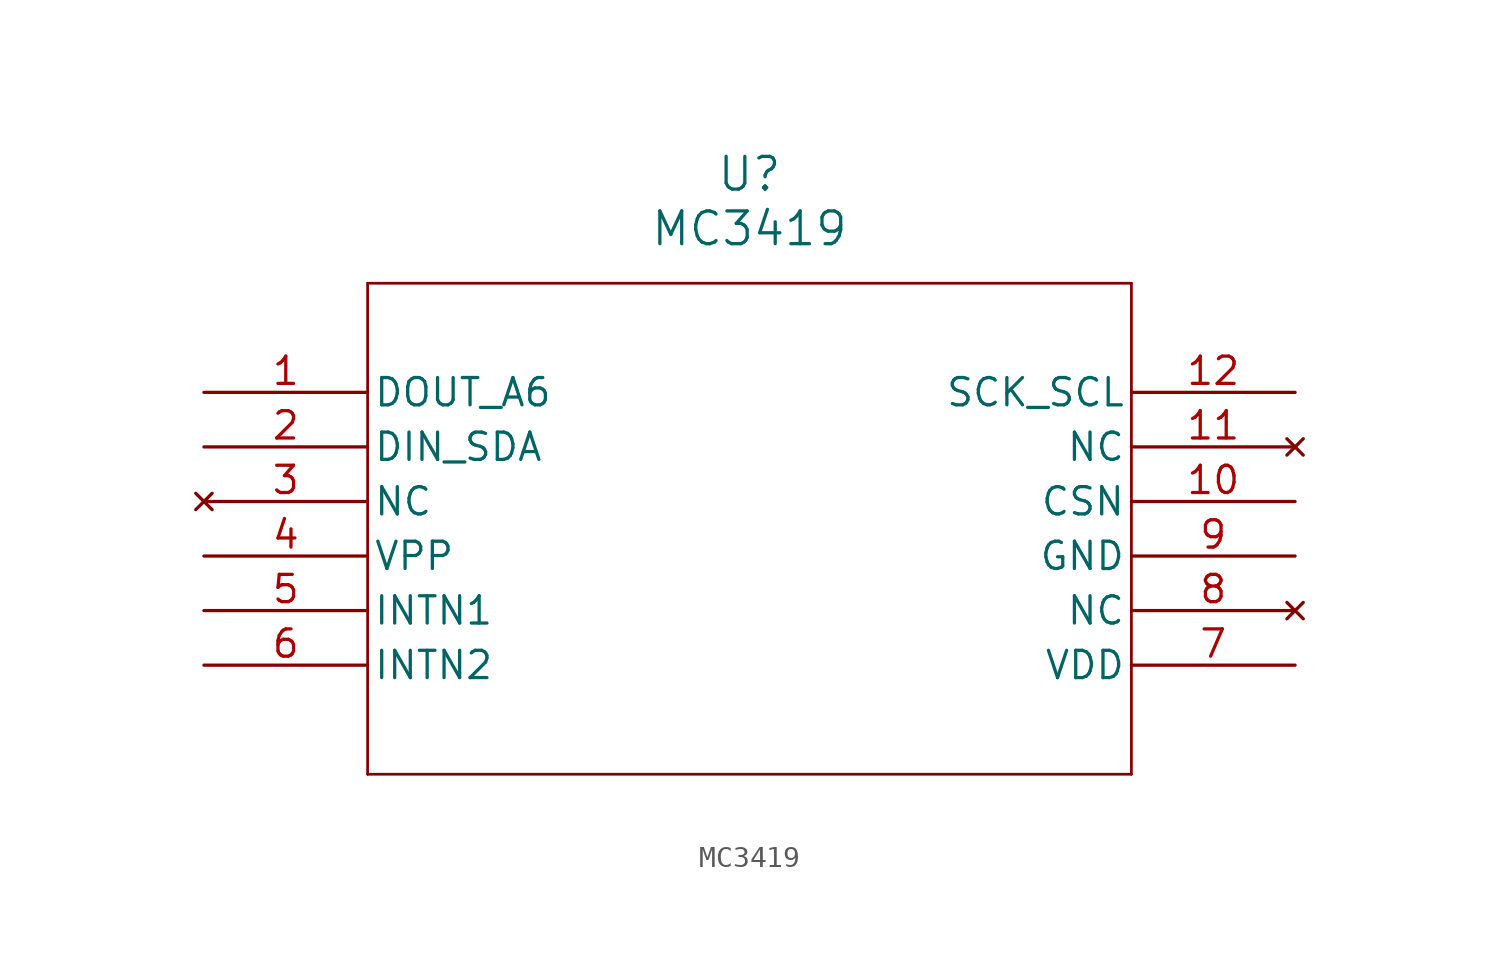
<source format=kicad_sym>
(kicad_symbol_lib
  (version 20211014)
  (generator kicad_symbol_editor)
  (symbol "MC3419"
    (pin_names
      (offset 0.254))
    (property "Reference" "U"
      (at 25.4 10.16 0)
      (effects (font (size 1.524 1.524))))
    (property "Value" "MC3419"
      (at 25.4 7.62 0)
      (effects (font (size 1.524 1.524))))
    (symbol "MC3419_0_1"
      (polyline (pts (xy 7.62 5.08) (xy 7.62 -17.78)) (stroke (width 0.127) (type default) (color 0 0 0 0)) (fill (type none)))
      (polyline (pts (xy 7.62 -17.78) (xy 43.18 -17.78)) (stroke (width 0.127) (type default) (color 0 0 0 0)) (fill (type none)))
      (polyline (pts (xy 43.18 -17.78) (xy 43.18 5.08)) (stroke (width 0.127) (type default) (color 0 0 0 0)) (fill (type none)))
      (polyline (pts (xy 43.18 5.08) (xy 7.62 5.08)) (stroke (width 0.127) (type default) (color 0 0 0 0)) (fill (type none)))
      (pin bidirectional line (at 0 0 0) (length 7.62) (name "DOUT_A6" (effects (font (size 1.27 1.27)))) (number "1" (effects (font (size 1.27 1.27)))))
      (pin bidirectional line (at 0 -2.54 0) (length 7.62) (name "DIN_SDA" (effects (font (size 1.27 1.27)))) (number "2" (effects (font (size 1.27 1.27)))))
      (pin no_connect line (at 0 -5.08 0) (length 7.62) (name "NC" (effects (font (size 1.27 1.27)))) (number "3" (effects (font (size 1.27 1.27)))))
      (pin power_in line (at 0 -7.62 0) (length 7.62) (name "VPP" (effects (font (size 1.27 1.27)))) (number "4" (effects (font (size 1.27 1.27)))))
      (pin output line (at 0 -10.16 0) (length 7.62) (name "INTN1" (effects (font (size 1.27 1.27)))) (number "5" (effects (font (size 1.27 1.27)))))
      (pin output line (at 0 -12.7 0) (length 7.62) (name "INTN2" (effects (font (size 1.27 1.27)))) (number "6" (effects (font (size 1.27 1.27)))))
      (pin power_in line (at 50.8 -12.7 180) (length 7.62) (name "VDD" (effects (font (size 1.27 1.27)))) (number "7" (effects (font (size 1.27 1.27)))))
      (pin no_connect line (at 50.8 -10.16 180) (length 7.62) (name "NC" (effects (font (size 1.27 1.27)))) (number "8" (effects (font (size 1.27 1.27)))))
      (pin power_out line (at 50.8 -7.62 180) (length 7.62) (name "GND" (effects (font (size 1.27 1.27)))) (number "9" (effects (font (size 1.27 1.27)))))
      (pin input line (at 50.8 -5.08 180) (length 7.62) (name "CSN" (effects (font (size 1.27 1.27)))) (number "10" (effects (font (size 1.27 1.27)))))
      (pin no_connect line (at 50.8 -2.54 180) (length 7.62) (name "NC" (effects (font (size 1.27 1.27)))) (number "11" (effects (font (size 1.27 1.27)))))
      (pin input line (at 50.8 0 180) (length 7.62) (name "SCK_SCL" (effects (font (size 1.27 1.27)))) (number "12" (effects (font (size 1.27 1.27))))))))
</source>
